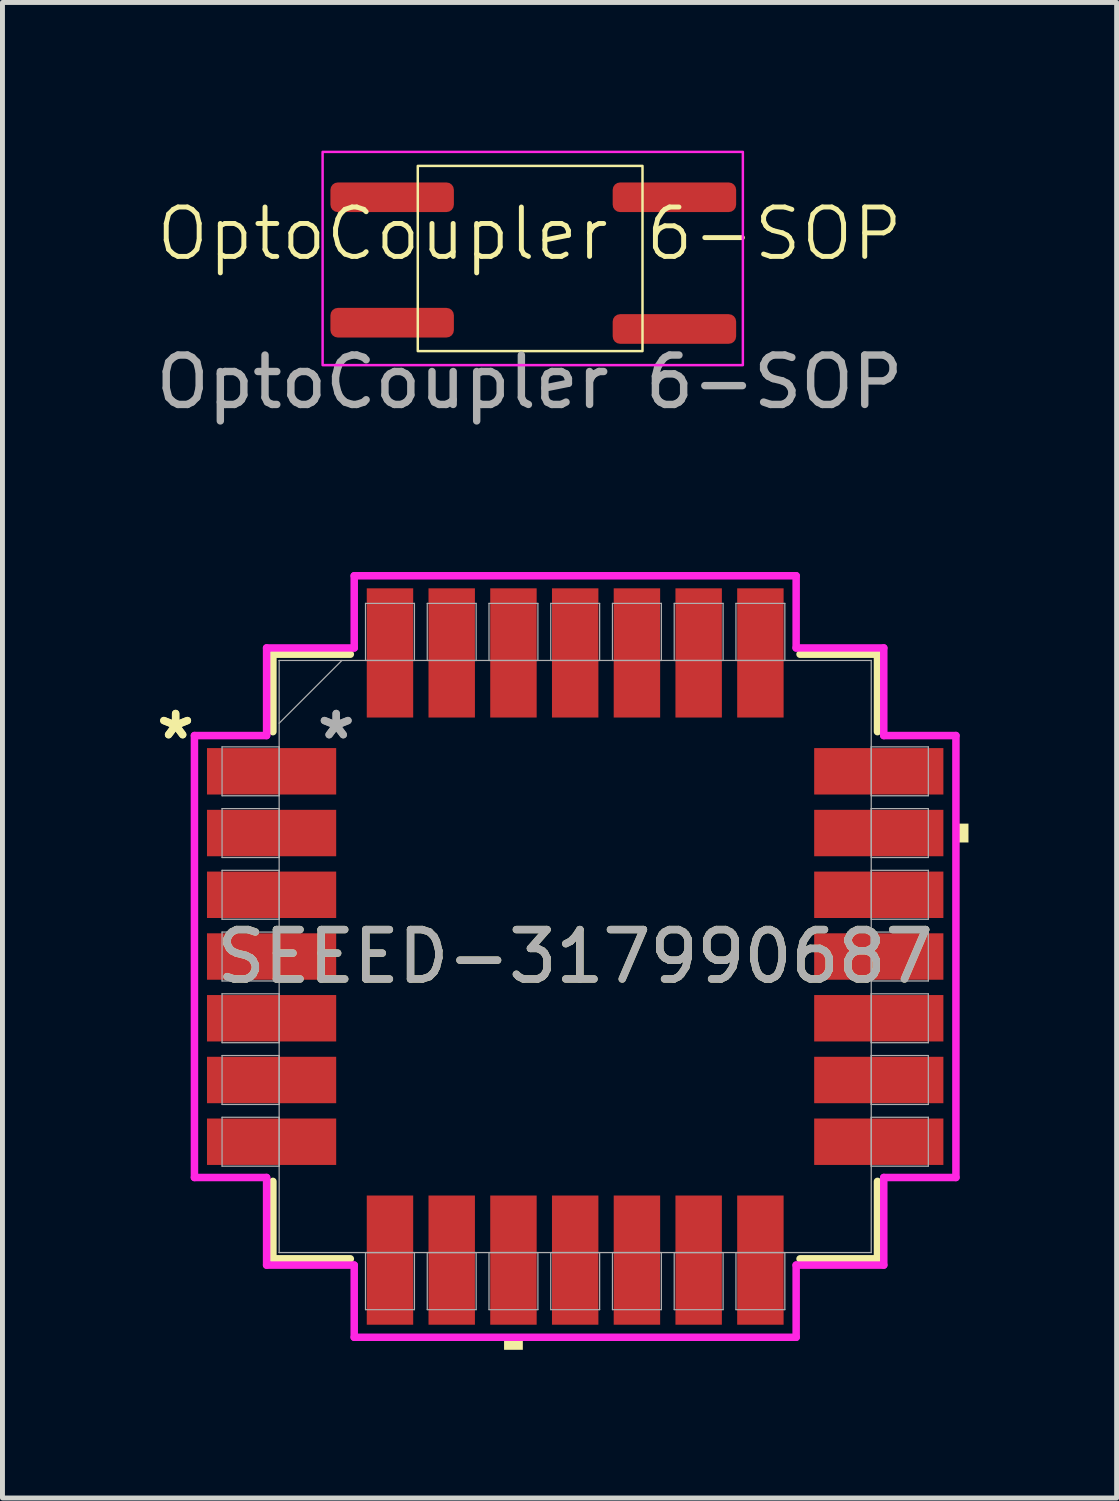
<source format=kicad_pcb>
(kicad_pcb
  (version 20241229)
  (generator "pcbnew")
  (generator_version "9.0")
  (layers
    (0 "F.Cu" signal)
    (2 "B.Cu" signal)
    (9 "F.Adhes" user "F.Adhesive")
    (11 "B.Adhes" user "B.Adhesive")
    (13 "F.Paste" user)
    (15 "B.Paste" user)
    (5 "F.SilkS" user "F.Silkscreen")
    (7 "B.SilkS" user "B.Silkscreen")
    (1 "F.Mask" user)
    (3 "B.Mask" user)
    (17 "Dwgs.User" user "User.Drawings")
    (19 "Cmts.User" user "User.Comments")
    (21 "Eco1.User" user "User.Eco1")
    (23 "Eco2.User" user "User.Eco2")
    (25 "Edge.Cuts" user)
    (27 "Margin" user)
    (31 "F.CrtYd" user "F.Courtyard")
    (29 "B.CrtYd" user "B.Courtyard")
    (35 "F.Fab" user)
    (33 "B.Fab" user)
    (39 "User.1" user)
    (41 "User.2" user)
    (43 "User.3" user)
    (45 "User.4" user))
  (footprint "SEEED-317990687"
    (layer "F.Cu")
    (at 8.596 16.317)
    (property "Reference" "SEEED-317990687" (at 0 0 0) (unlocked yes) (layer "F.SilkS") (effects (font (size 1 1) (thickness 0.15))))
    (attr smd)
    (fp_line (start -6.121 -6.121) (end -6.121 -4.553) (stroke (width 0.152) (type solid)) (layer "F.SilkS"))
    (fp_line (start -6.121 4.553) (end -6.121 6.121) (stroke (width 0.152) (type solid)) (layer "F.SilkS"))
    (fp_line (start -6.121 6.121) (end -4.553 6.121) (stroke (width 0.152) (type solid)) (layer "F.SilkS"))
    (fp_line (start -4.553 -6.121) (end -6.121 -6.121) (stroke (width 0.152) (type solid)) (layer "F.SilkS"))
    (fp_line (start 4.553 6.121) (end 6.121 6.121) (stroke (width 0.152) (type solid)) (layer "F.SilkS"))
    (fp_line (start 6.121 -6.121) (end 4.553 -6.121) (stroke (width 0.152) (type solid)) (layer "F.SilkS"))
    (fp_line (start 6.121 -4.553) (end 6.121 -6.121) (stroke (width 0.152) (type solid)) (layer "F.SilkS"))
    (fp_line (start 6.121 6.121) (end 6.121 4.553) (stroke (width 0.152) (type solid)) (layer "F.SilkS"))
    (fp_poly (pts (xy -1.44 7.709) (xy -1.44 7.963) (xy -1.06 7.963) (xy -1.06 7.709)) (stroke (width 0) (type solid)) (fill yes) (layer "F.SilkS"))
    (fp_poly (pts (xy 7.963 -2.691) (xy 7.963 -2.309) (xy 7.709 -2.309) (xy 7.709 -2.691)) (stroke (width 0) (type solid)) (fill yes) (layer "F.SilkS"))
    (fp_line (start -7.709 -4.474) (end -6.248 -4.474) (stroke (width 0.152) (type solid)) (layer "F.CrtYd"))
    (fp_line (start -7.709 4.474) (end -7.709 -4.474) (stroke (width 0.152) (type solid)) (layer "F.CrtYd"))
    (fp_line (start -6.248 -6.248) (end -4.474 -6.248) (stroke (width 0.152) (type solid)) (layer "F.CrtYd"))
    (fp_line (start -6.248 -4.474) (end -6.248 -6.248) (stroke (width 0.152) (type solid)) (layer "F.CrtYd"))
    (fp_line (start -6.248 4.474) (end -7.709 4.474) (stroke (width 0.152) (type solid)) (layer "F.CrtYd"))
    (fp_line (start -6.248 6.248) (end -6.248 4.474) (stroke (width 0.152) (type solid)) (layer "F.CrtYd"))
    (fp_line (start -4.474 -7.709) (end 4.474 -7.709) (stroke (width 0.152) (type solid)) (layer "F.CrtYd"))
    (fp_line (start -4.474 -6.248) (end -4.474 -7.709) (stroke (width 0.152) (type solid)) (layer "F.CrtYd"))
    (fp_line (start -4.474 6.248) (end -6.248 6.248) (stroke (width 0.152) (type solid)) (layer "F.CrtYd"))
    (fp_line (start -4.474 7.709) (end -4.474 6.248) (stroke (width 0.152) (type solid)) (layer "F.CrtYd"))
    (fp_line (start 4.474 -7.709) (end 4.474 -6.248) (stroke (width 0.152) (type solid)) (layer "F.CrtYd"))
    (fp_line (start 4.474 -6.248) (end 6.248 -6.248) (stroke (width 0.152) (type solid)) (layer "F.CrtYd"))
    (fp_line (start 4.474 6.248) (end 4.474 7.709) (stroke (width 0.152) (type solid)) (layer "F.CrtYd"))
    (fp_line (start 4.474 7.709) (end -4.474 7.709) (stroke (width 0.152) (type solid)) (layer "F.CrtYd"))
    (fp_line (start 6.248 -6.248) (end 6.248 -4.474) (stroke (width 0.152) (type solid)) (layer "F.CrtYd"))
    (fp_line (start 6.248 -4.474) (end 7.709 -4.474) (stroke (width 0.152) (type solid)) (layer "F.CrtYd"))
    (fp_line (start 6.248 4.474) (end 6.248 6.248) (stroke (width 0.152) (type solid)) (layer "F.CrtYd"))
    (fp_line (start 6.248 6.248) (end 4.474 6.248) (stroke (width 0.152) (type solid)) (layer "F.CrtYd"))
    (fp_line (start 7.709 -4.474) (end 7.709 4.474) (stroke (width 0.152) (type solid)) (layer "F.CrtYd"))
    (fp_line (start 7.709 4.474) (end 6.248 4.474) (stroke (width 0.152) (type solid)) (layer "F.CrtYd"))
    (fp_line (start -7.15 -4.245) (end -7.15 -3.255) (stroke (width 0.025) (type solid)) (layer "F.Fab"))
    (fp_line (start -7.15 -3.255) (end -5.994 -3.255) (stroke (width 0.025) (type solid)) (layer "F.Fab"))
    (fp_line (start -7.15 -2.995) (end -7.15 -2.005) (stroke (width 0.025) (type solid)) (layer "F.Fab"))
    (fp_line (start -7.15 -2.005) (end -5.994 -2.005) (stroke (width 0.025) (type solid)) (layer "F.Fab"))
    (fp_line (start -7.15 -1.745) (end -7.15 -0.755) (stroke (width 0.025) (type solid)) (layer "F.Fab"))
    (fp_line (start -7.15 -0.755) (end -5.994 -0.755) (stroke (width 0.025) (type solid)) (layer "F.Fab"))
    (fp_line (start -7.15 -0.495) (end -7.15 0.495) (stroke (width 0.025) (type solid)) (layer "F.Fab"))
    (fp_line (start -7.15 0.495) (end -5.994 0.495) (stroke (width 0.025) (type solid)) (layer "F.Fab"))
    (fp_line (start -7.15 0.755) (end -7.15 1.745) (stroke (width 0.025) (type solid)) (layer "F.Fab"))
    (fp_line (start -7.15 1.745) (end -5.994 1.745) (stroke (width 0.025) (type solid)) (layer "F.Fab"))
    (fp_line (start -7.15 2.005) (end -7.15 2.995) (stroke (width 0.025) (type solid)) (layer "F.Fab"))
    (fp_line (start -7.15 2.995) (end -5.994 2.995) (stroke (width 0.025) (type solid)) (layer "F.Fab"))
    (fp_line (start -7.15 3.255) (end -7.15 4.245) (stroke (width 0.025) (type solid)) (layer "F.Fab"))
    (fp_line (start -7.15 4.245) (end -5.994 4.245) (stroke (width 0.025) (type solid)) (layer "F.Fab"))
    (fp_line (start -5.994 -5.994) (end -5.994 -5.994) (stroke (width 0.025) (type solid)) (layer "F.Fab"))
    (fp_line (start -5.994 -5.994) (end -5.994 5.994) (stroke (width 0.025) (type solid)) (layer "F.Fab"))
    (fp_line (start -5.994 -4.724) (end -4.724 -5.994) (stroke (width 0.025) (type solid)) (layer "F.Fab"))
    (fp_line (start -5.994 -4.245) (end -7.15 -4.245) (stroke (width 0.025) (type solid)) (layer "F.Fab"))
    (fp_line (start -5.994 -3.255) (end -5.994 -4.245) (stroke (width 0.025) (type solid)) (layer "F.Fab"))
    (fp_line (start -5.994 -2.995) (end -7.15 -2.995) (stroke (width 0.025) (type solid)) (layer "F.Fab"))
    (fp_line (start -5.994 -2.005) (end -5.994 -2.995) (stroke (width 0.025) (type solid)) (layer "F.Fab"))
    (fp_line (start -5.994 -1.745) (end -7.15 -1.745) (stroke (width 0.025) (type solid)) (layer "F.Fab"))
    (fp_line (start -5.994 -0.755) (end -5.994 -1.745) (stroke (width 0.025) (type solid)) (layer "F.Fab"))
    (fp_line (start -5.994 -0.495) (end -7.15 -0.495) (stroke (width 0.025) (type solid)) (layer "F.Fab"))
    (fp_line (start -5.994 0.495) (end -5.994 -0.495) (stroke (width 0.025) (type solid)) (layer "F.Fab"))
    (fp_line (start -5.994 0.755) (end -7.15 0.755) (stroke (width 0.025) (type solid)) (layer "F.Fab"))
    (fp_line (start -5.994 1.745) (end -5.994 0.755) (stroke (width 0.025) (type solid)) (layer "F.Fab"))
    (fp_line (start -5.994 2.005) (end -7.15 2.005) (stroke (width 0.025) (type solid)) (layer "F.Fab"))
    (fp_line (start -5.994 2.995) (end -5.994 2.005) (stroke (width 0.025) (type solid)) (layer "F.Fab"))
    (fp_line (start -5.994 3.255) (end -7.15 3.255) (stroke (width 0.025) (type solid)) (layer "F.Fab"))
    (fp_line (start -5.994 4.245) (end -5.994 3.255) (stroke (width 0.025) (type solid)) (layer "F.Fab"))
    (fp_line (start -5.994 5.994) (end -5.994 5.994) (stroke (width 0.025) (type solid)) (layer "F.Fab"))
    (fp_line (start -5.994 5.994) (end 5.994 5.994) (stroke (width 0.025) (type solid)) (layer "F.Fab"))
    (fp_line (start -4.245 -7.15) (end -4.245 -5.994) (stroke (width 0.025) (type solid)) (layer "F.Fab"))
    (fp_line (start -4.245 -5.994) (end -3.255 -5.994) (stroke (width 0.025) (type solid)) (layer "F.Fab"))
    (fp_line (start -4.245 5.994) (end -4.245 7.15) (stroke (width 0.025) (type solid)) (layer "F.Fab"))
    (fp_line (start -4.245 7.15) (end -3.255 7.15) (stroke (width 0.025) (type solid)) (layer "F.Fab"))
    (fp_line (start -3.255 -7.15) (end -4.245 -7.15) (stroke (width 0.025) (type solid)) (layer "F.Fab"))
    (fp_line (start -3.255 -5.994) (end -3.255 -7.15) (stroke (width 0.025) (type solid)) (layer "F.Fab"))
    (fp_line (start -3.255 5.994) (end -4.245 5.994) (stroke (width 0.025) (type solid)) (layer "F.Fab"))
    (fp_line (start -3.255 7.15) (end -3.255 5.994) (stroke (width 0.025) (type solid)) (layer "F.Fab"))
    (fp_line (start -2.995 -7.15) (end -2.995 -5.994) (stroke (width 0.025) (type solid)) (layer "F.Fab"))
    (fp_line (start -2.995 -5.994) (end -2.005 -5.994) (stroke (width 0.025) (type solid)) (layer "F.Fab"))
    (fp_line (start -2.995 5.994) (end -2.995 7.15) (stroke (width 0.025) (type solid)) (layer "F.Fab"))
    (fp_line (start -2.995 7.15) (end -2.005 7.15) (stroke (width 0.025) (type solid)) (layer "F.Fab"))
    (fp_line (start -2.005 -7.15) (end -2.995 -7.15) (stroke (width 0.025) (type solid)) (layer "F.Fab"))
    (fp_line (start -2.005 -5.994) (end -2.005 -7.15) (stroke (width 0.025) (type solid)) (layer "F.Fab"))
    (fp_line (start -2.005 5.994) (end -2.995 5.994) (stroke (width 0.025) (type solid)) (layer "F.Fab"))
    (fp_line (start -2.005 7.15) (end -2.005 5.994) (stroke (width 0.025) (type solid)) (layer "F.Fab"))
    (fp_line (start -1.745 -7.15) (end -1.745 -5.994) (stroke (width 0.025) (type solid)) (layer "F.Fab"))
    (fp_line (start -1.745 -5.994) (end -0.755 -5.994) (stroke (width 0.025) (type solid)) (layer "F.Fab"))
    (fp_line (start -1.745 5.994) (end -1.745 7.15) (stroke (width 0.025) (type solid)) (layer "F.Fab"))
    (fp_line (start -1.745 7.15) (end -0.755 7.15) (stroke (width 0.025) (type solid)) (layer "F.Fab"))
    (fp_line (start -0.755 -7.15) (end -1.745 -7.15) (stroke (width 0.025) (type solid)) (layer "F.Fab"))
    (fp_line (start -0.755 -5.994) (end -0.755 -7.15) (stroke (width 0.025) (type solid)) (layer "F.Fab"))
    (fp_line (start -0.755 5.994) (end -1.745 5.994) (stroke (width 0.025) (type solid)) (layer "F.Fab"))
    (fp_line (start -0.755 7.15) (end -0.755 5.994) (stroke (width 0.025) (type solid)) (layer "F.Fab"))
    (fp_line (start -0.495 -7.15) (end -0.495 -5.994) (stroke (width 0.025) (type solid)) (layer "F.Fab"))
    (fp_line (start -0.495 -5.994) (end 0.495 -5.994) (stroke (width 0.025) (type solid)) (layer "F.Fab"))
    (fp_line (start -0.495 5.994) (end -0.495 7.15) (stroke (width 0.025) (type solid)) (layer "F.Fab"))
    (fp_line (start -0.495 7.15) (end 0.495 7.15) (stroke (width 0.025) (type solid)) (layer "F.Fab"))
    (fp_line (start 0.495 -7.15) (end -0.495 -7.15) (stroke (width 0.025) (type solid)) (layer "F.Fab"))
    (fp_line (start 0.495 -5.994) (end 0.495 -7.15) (stroke (width 0.025) (type solid)) (layer "F.Fab"))
    (fp_line (start 0.495 5.994) (end -0.495 5.994) (stroke (width 0.025) (type solid)) (layer "F.Fab"))
    (fp_line (start 0.495 7.15) (end 0.495 5.994) (stroke (width 0.025) (type solid)) (layer "F.Fab"))
    (fp_line (start 0.755 -7.15) (end 0.755 -5.994) (stroke (width 0.025) (type solid)) (layer "F.Fab"))
    (fp_line (start 0.755 -5.994) (end 1.745 -5.994) (stroke (width 0.025) (type solid)) (layer "F.Fab"))
    (fp_line (start 0.755 5.994) (end 0.755 7.15) (stroke (width 0.025) (type solid)) (layer "F.Fab"))
    (fp_line (start 0.755 7.15) (end 1.745 7.15) (stroke (width 0.025) (type solid)) (layer "F.Fab"))
    (fp_line (start 1.745 -7.15) (end 0.755 -7.15) (stroke (width 0.025) (type solid)) (layer "F.Fab"))
    (fp_line (start 1.745 -5.994) (end 1.745 -7.15) (stroke (width 0.025) (type solid)) (layer "F.Fab"))
    (fp_line (start 1.745 5.994) (end 0.755 5.994) (stroke (width 0.025) (type solid)) (layer "F.Fab"))
    (fp_line (start 1.745 7.15) (end 1.745 5.994) (stroke (width 0.025) (type solid)) (layer "F.Fab"))
    (fp_line (start 2.005 -7.15) (end 2.005 -5.994) (stroke (width 0.025) (type solid)) (layer "F.Fab"))
    (fp_line (start 2.005 -5.994) (end 2.995 -5.994) (stroke (width 0.025) (type solid)) (layer "F.Fab"))
    (fp_line (start 2.005 5.994) (end 2.005 7.15) (stroke (width 0.025) (type solid)) (layer "F.Fab"))
    (fp_line (start 2.005 7.15) (end 2.995 7.15) (stroke (width 0.025) (type solid)) (layer "F.Fab"))
    (fp_line (start 2.995 -7.15) (end 2.005 -7.15) (stroke (width 0.025) (type solid)) (layer "F.Fab"))
    (fp_line (start 2.995 -5.994) (end 2.995 -7.15) (stroke (width 0.025) (type solid)) (layer "F.Fab"))
    (fp_line (start 2.995 5.994) (end 2.005 5.994) (stroke (width 0.025) (type solid)) (layer "F.Fab"))
    (fp_line (start 2.995 7.15) (end 2.995 5.994) (stroke (width 0.025) (type solid)) (layer "F.Fab"))
    (fp_line (start 3.255 -7.15) (end 3.255 -5.994) (stroke (width 0.025) (type solid)) (layer "F.Fab"))
    (fp_line (start 3.255 -5.994) (end 4.245 -5.994) (stroke (width 0.025) (type solid)) (layer "F.Fab"))
    (fp_line (start 3.255 5.994) (end 3.255 7.15) (stroke (width 0.025) (type solid)) (layer "F.Fab"))
    (fp_line (start 3.255 7.15) (end 4.245 7.15) (stroke (width 0.025) (type solid)) (layer "F.Fab"))
    (fp_line (start 4.245 -7.15) (end 3.255 -7.15) (stroke (width 0.025) (type solid)) (layer "F.Fab"))
    (fp_line (start 4.245 -5.994) (end 4.245 -7.15) (stroke (width 0.025) (type solid)) (layer "F.Fab"))
    (fp_line (start 4.245 5.994) (end 3.255 5.994) (stroke (width 0.025) (type solid)) (layer "F.Fab"))
    (fp_line (start 4.245 7.15) (end 4.245 5.994) (stroke (width 0.025) (type solid)) (layer "F.Fab"))
    (fp_line (start 5.994 -5.994) (end -5.994 -5.994) (stroke (width 0.025) (type solid)) (layer "F.Fab"))
    (fp_line (start 5.994 -5.994) (end 5.994 -5.994) (stroke (width 0.025) (type solid)) (layer "F.Fab"))
    (fp_line (start 5.994 -4.245) (end 5.994 -3.255) (stroke (width 0.025) (type solid)) (layer "F.Fab"))
    (fp_line (start 5.994 -3.255) (end 7.15 -3.255) (stroke (width 0.025) (type solid)) (layer "F.Fab"))
    (fp_line (start 5.994 -2.995) (end 5.994 -2.005) (stroke (width 0.025) (type solid)) (layer "F.Fab"))
    (fp_line (start 5.994 -2.005) (end 7.15 -2.005) (stroke (width 0.025) (type solid)) (layer "F.Fab"))
    (fp_line (start 5.994 -1.745) (end 5.994 -0.755) (stroke (width 0.025) (type solid)) (layer "F.Fab"))
    (fp_line (start 5.994 -0.755) (end 7.15 -0.755) (stroke (width 0.025) (type solid)) (layer "F.Fab"))
    (fp_line (start 5.994 -0.495) (end 5.994 0.495) (stroke (width 0.025) (type solid)) (layer "F.Fab"))
    (fp_line (start 5.994 0.495) (end 7.15 0.495) (stroke (width 0.025) (type solid)) (layer "F.Fab"))
    (fp_line (start 5.994 0.755) (end 5.994 1.745) (stroke (width 0.025) (type solid)) (layer "F.Fab"))
    (fp_line (start 5.994 1.745) (end 7.15 1.745) (stroke (width 0.025) (type solid)) (layer "F.Fab"))
    (fp_line (start 5.994 2.005) (end 5.994 2.995) (stroke (width 0.025) (type solid)) (layer "F.Fab"))
    (fp_line (start 5.994 2.995) (end 7.15 2.995) (stroke (width 0.025) (type solid)) (layer "F.Fab"))
    (fp_line (start 5.994 3.255) (end 5.994 4.245) (stroke (width 0.025) (type solid)) (layer "F.Fab"))
    (fp_line (start 5.994 4.245) (end 7.15 4.245) (stroke (width 0.025) (type solid)) (layer "F.Fab"))
    (fp_line (start 5.994 5.994) (end 5.994 -5.994) (stroke (width 0.025) (type solid)) (layer "F.Fab"))
    (fp_line (start 5.994 5.994) (end 5.994 5.994) (stroke (width 0.025) (type solid)) (layer "F.Fab"))
    (fp_line (start 7.15 -4.245) (end 5.994 -4.245) (stroke (width 0.025) (type solid)) (layer "F.Fab"))
    (fp_line (start 7.15 -3.255) (end 7.15 -4.245) (stroke (width 0.025) (type solid)) (layer "F.Fab"))
    (fp_line (start 7.15 -2.995) (end 5.994 -2.995) (stroke (width 0.025) (type solid)) (layer "F.Fab"))
    (fp_line (start 7.15 -2.005) (end 7.15 -2.995) (stroke (width 0.025) (type solid)) (layer "F.Fab"))
    (fp_line (start 7.15 -1.745) (end 5.994 -1.745) (stroke (width 0.025) (type solid)) (layer "F.Fab"))
    (fp_line (start 7.15 -0.755) (end 7.15 -1.745) (stroke (width 0.025) (type solid)) (layer "F.Fab"))
    (fp_line (start 7.15 -0.495) (end 5.994 -0.495) (stroke (width 0.025) (type solid)) (layer "F.Fab"))
    (fp_line (start 7.15 0.495) (end 7.15 -0.495) (stroke (width 0.025) (type solid)) (layer "F.Fab"))
    (fp_line (start 7.15 0.755) (end 5.994 0.755) (stroke (width 0.025) (type solid)) (layer "F.Fab"))
    (fp_line (start 7.15 1.745) (end 7.15 0.755) (stroke (width 0.025) (type solid)) (layer "F.Fab"))
    (fp_line (start 7.15 2.005) (end 5.994 2.005) (stroke (width 0.025) (type solid)) (layer "F.Fab"))
    (fp_line (start 7.15 2.995) (end 7.15 2.005) (stroke (width 0.025) (type solid)) (layer "F.Fab"))
    (fp_line (start 7.15 3.255) (end 5.994 3.255) (stroke (width 0.025) (type solid)) (layer "F.Fab"))
    (fp_line (start 7.15 4.245) (end 7.15 3.255) (stroke (width 0.025) (type solid)) (layer "F.Fab"))
    (fp_text user "*" (at -8.09 -4.375 0) (layer "F.SilkS") (effects (font (size 1 1) (thickness 0.15))))
    (fp_text user "*" (at -8.09 -4.375 0) (unlocked yes) (layer "F.SilkS") (effects (font (size 1 1) (thickness 0.15))))
    (fp_text user "*" (at -4.839 -4.375 0) (layer "F.Fab") (effects (font (size 1 1) (thickness 0.15))))
    (fp_text user "${REFERENCE}" (at 0 0 0) (unlocked yes) (layer "F.Fab") (effects (font (size 1 1) (thickness 0.15))))
    (fp_text user "*" (at -4.839 -4.375 0) (unlocked yes) (layer "F.Fab") (effects (font (size 1 1) (thickness 0.15))))
    (pad "1" smd rect (at -6.147 -3.75 90) (size 0.94 2.616) (layers "F.Cu" "F.Mask" "F.Paste"))
    (pad "2" smd rect (at -6.147 -2.5 90) (size 0.94 2.616) (layers "F.Cu" "F.Mask" "F.Paste"))
    (pad "3" smd rect (at -6.147 -1.25 90) (size 0.94 2.616) (layers "F.Cu" "F.Mask" "F.Paste"))
    (pad "4" smd rect (at -6.147 0 90) (size 0.94 2.616) (layers "F.Cu" "F.Mask" "F.Paste"))
    (pad "5" smd rect (at -6.147 1.25 90) (size 0.94 2.616) (layers "F.Cu" "F.Mask" "F.Paste"))
    (pad "6" smd rect (at -6.147 2.5 90) (size 0.94 2.616) (layers "F.Cu" "F.Mask" "F.Paste"))
    (pad "7" smd rect (at -6.147 3.75 90) (size 0.94 2.616) (layers "F.Cu" "F.Mask" "F.Paste"))
    (pad "8" smd rect (at -3.75 6.147) (size 0.94 2.616) (layers "F.Cu" "F.Mask" "F.Paste"))
    (pad "9" smd rect (at -2.5 6.147) (size 0.94 2.616) (layers "F.Cu" "F.Mask" "F.Paste"))
    (pad "10" smd rect (at -1.25 6.147) (size 0.94 2.616) (layers "F.Cu" "F.Mask" "F.Paste"))
    (pad "11" smd rect (at 0 6.147) (size 0.94 2.616) (layers "F.Cu" "F.Mask" "F.Paste"))
    (pad "12" smd rect (at 1.25 6.147) (size 0.94 2.616) (layers "F.Cu" "F.Mask" "F.Paste"))
    (pad "13" smd rect (at 2.5 6.147) (size 0.94 2.616) (layers "F.Cu" "F.Mask" "F.Paste"))
    (pad "14" smd rect (at 3.75 6.147) (size 0.94 2.616) (layers "F.Cu" "F.Mask" "F.Paste"))
    (pad "15" smd rect (at 6.147 3.75 90) (size 0.94 2.616) (layers "F.Cu" "F.Mask" "F.Paste"))
    (pad "16" smd rect (at 6.147 2.5 90) (size 0.94 2.616) (layers "F.Cu" "F.Mask" "F.Paste"))
    (pad "17" smd rect (at 6.147 1.25 90) (size 0.94 2.616) (layers "F.Cu" "F.Mask" "F.Paste"))
    (pad "18" smd rect (at 6.147 0 90) (size 0.94 2.616) (layers "F.Cu" "F.Mask" "F.Paste"))
    (pad "19" smd rect (at 6.147 -1.25 90) (size 0.94 2.616) (layers "F.Cu" "F.Mask" "F.Paste"))
    (pad "20" smd rect (at 6.147 -2.5 90) (size 0.94 2.616) (layers "F.Cu" "F.Mask" "F.Paste"))
    (pad "21" smd rect (at 6.147 -3.75 90) (size 0.94 2.616) (layers "F.Cu" "F.Mask" "F.Paste"))
    (pad "22" smd rect (at 3.75 -6.147) (size 0.94 2.616) (layers "F.Cu" "F.Mask" "F.Paste"))
    (pad "23" smd rect (at 2.5 -6.147) (size 0.94 2.616) (layers "F.Cu" "F.Mask" "F.Paste"))
    (pad "24" smd rect (at 1.25 -6.147) (size 0.94 2.616) (layers "F.Cu" "F.Mask" "F.Paste"))
    (pad "25" smd rect (at 0 -6.147) (size 0.94 2.616) (layers "F.Cu" "F.Mask" "F.Paste"))
    (pad "26" smd rect (at -1.25 -6.147) (size 0.94 2.616) (layers "F.Cu" "F.Mask" "F.Paste"))
    (pad "27" smd rect (at -2.5 -6.147) (size 0.94 2.616) (layers "F.Cu" "F.Mask" "F.Paste"))
    (pad "28" smd rect (at -3.75 -6.147) (size 0.94 2.616) (layers "F.Cu" "F.Mask" "F.Paste")))
  (footprint "OptoCoupler 6-SOP"
    (layer "F.Cu")
    (at 7.673 2.184)
    (property "Reference" "OptoCoupler 6-SOP" (at 0 -0.5 0) (unlocked yes) (layer "F.SilkS") (effects (font (size 1 1) (thickness 0.1))))
    (attr smd)
    (fp_rect (start -2.264 -1.875) (end 2.286 1.875) (stroke (width 0.05) (type default)) (fill no) (layer "F.SilkS"))
    (fp_rect (start -4.191 -2.159) (end 4.318 2.159) (stroke (width 0.05) (type default)) (fill no) (layer "F.CrtYd"))
    (fp_text user "${REFERENCE}" (at 0 2.5 0) (unlocked yes) (layer "F.Fab") (effects (font (size 1 1) (thickness 0.15))))
    (pad "1" smd roundrect (at -2.783 -1.24) (size 2.5 0.6) (layers "F.Cu" "F.Mask" "F.Paste") (roundrect_rratio 0.25))
    (pad "3" smd roundrect (at -2.783 1.3) (size 2.5 0.6) (layers "F.Cu" "F.Mask" "F.Paste") (roundrect_rratio 0.25))
    (pad "4" smd roundrect (at 2.932 1.427) (size 2.5 0.6) (layers "F.Cu" "F.Mask" "F.Paste") (roundrect_rratio 0.25))
    (pad "6" smd roundrect (at 2.932 -1.24) (size 2.5 0.6) (layers "F.Cu" "F.Mask" "F.Paste") (roundrect_rratio 0.25)))
  (gr_rect
    (start -3 -3)
    (end 19.559 27.28)
    (stroke (width 0.1) (type default))
    (fill no)
    (layer "Edge.Cuts")))
</source>
